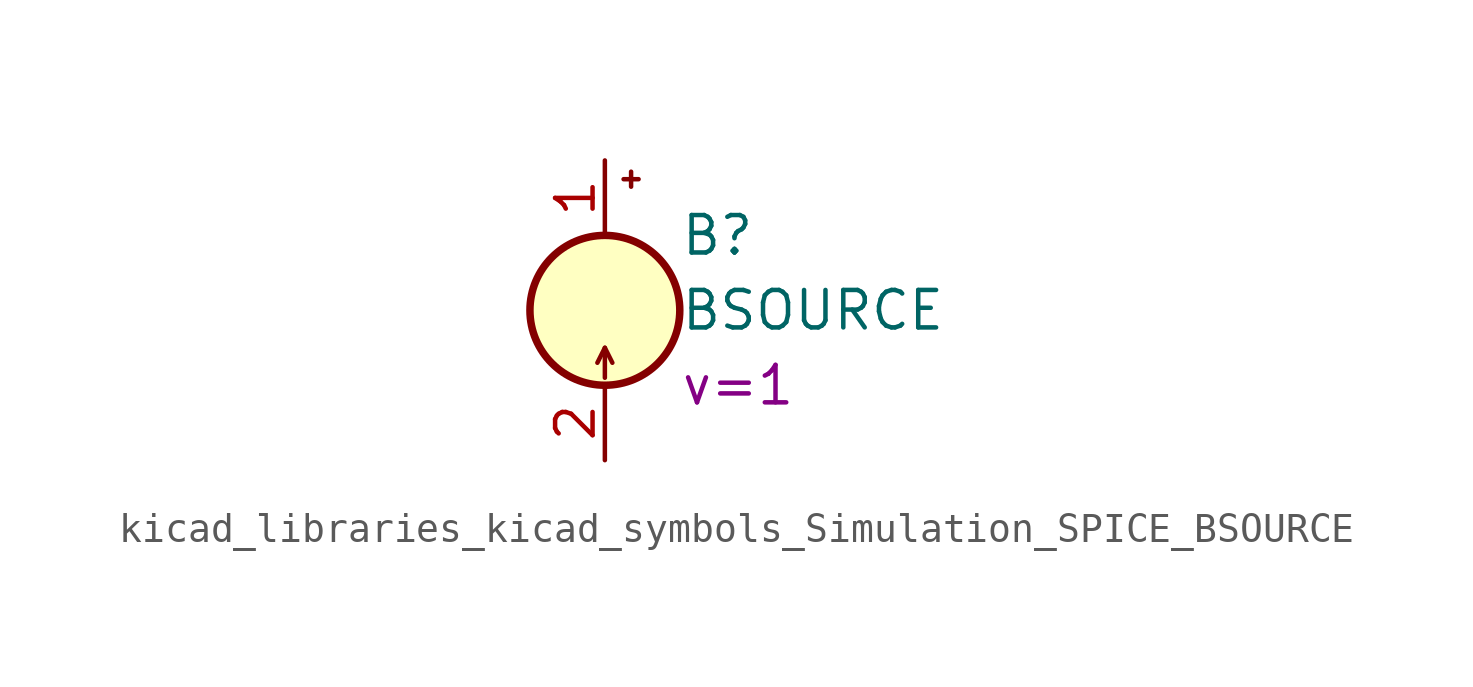
<source format=kicad_sym>
(kicad_symbol_lib
  (version 20220914)
  (generator kicad_symbol_editor)
  (symbol "kicad_libraries_kicad_symbols_Simulation_SPICE_BSOURCE"
    (pin_names
      (offset 1.016) hide)
    (property "Reference" "B"
      (at 2.54 2.54 0)
      (effects (font (size 1.27 1.27)) (justify left)))
    (property "Value" "BSOURCE"
      (at 2.54 0 0)
      (effects (font (size 1.27 1.27)) (justify left)))
    (property "Sim.Params" "v=1"
      (at 2.54 -2.54 0)
      (effects (font (size 1.27 1.27)) (justify left)))
    (symbol "kicad_libraries_kicad_symbols_Simulation_SPICE_BSOURCE_0_1"
      (polyline (pts (xy 0 -1.27) (xy 0 -2.286)) (stroke (width 0) (type default)) (fill (type none)))
      (polyline (pts (xy 0.254 -1.778) (xy 0 -1.27) (xy -0.254 -1.778)) (stroke (width 0) (type default)) (fill (type none)))
      (circle (center 0 0) (radius 2.54) (stroke (width 0.254) (type default)) (fill (type background))))
    (symbol "kicad_libraries_kicad_symbols_Simulation_SPICE_BSOURCE_1_1"
      (polyline (pts (xy 0.635 4.445) (xy 1.143 4.445)) (stroke (width 0) (type default)) (fill (type none)))
      (polyline (pts (xy 0.889 4.699) (xy 0.889 4.191)) (stroke (width 0) (type default)) (fill (type none)))
      (pin passive line (at 0 5.08 270) (length 2.54) (name "N+" (effects (font (size 1.27 1.27)))) (number "1" (effects (font (size 1.27 1.27)))))
      (pin passive line (at 0 -5.08 90) (length 2.54) (name "N-" (effects (font (size 1.27 1.27)))) (number "2" (effects (font (size 1.27 1.27))))))))
</source>
